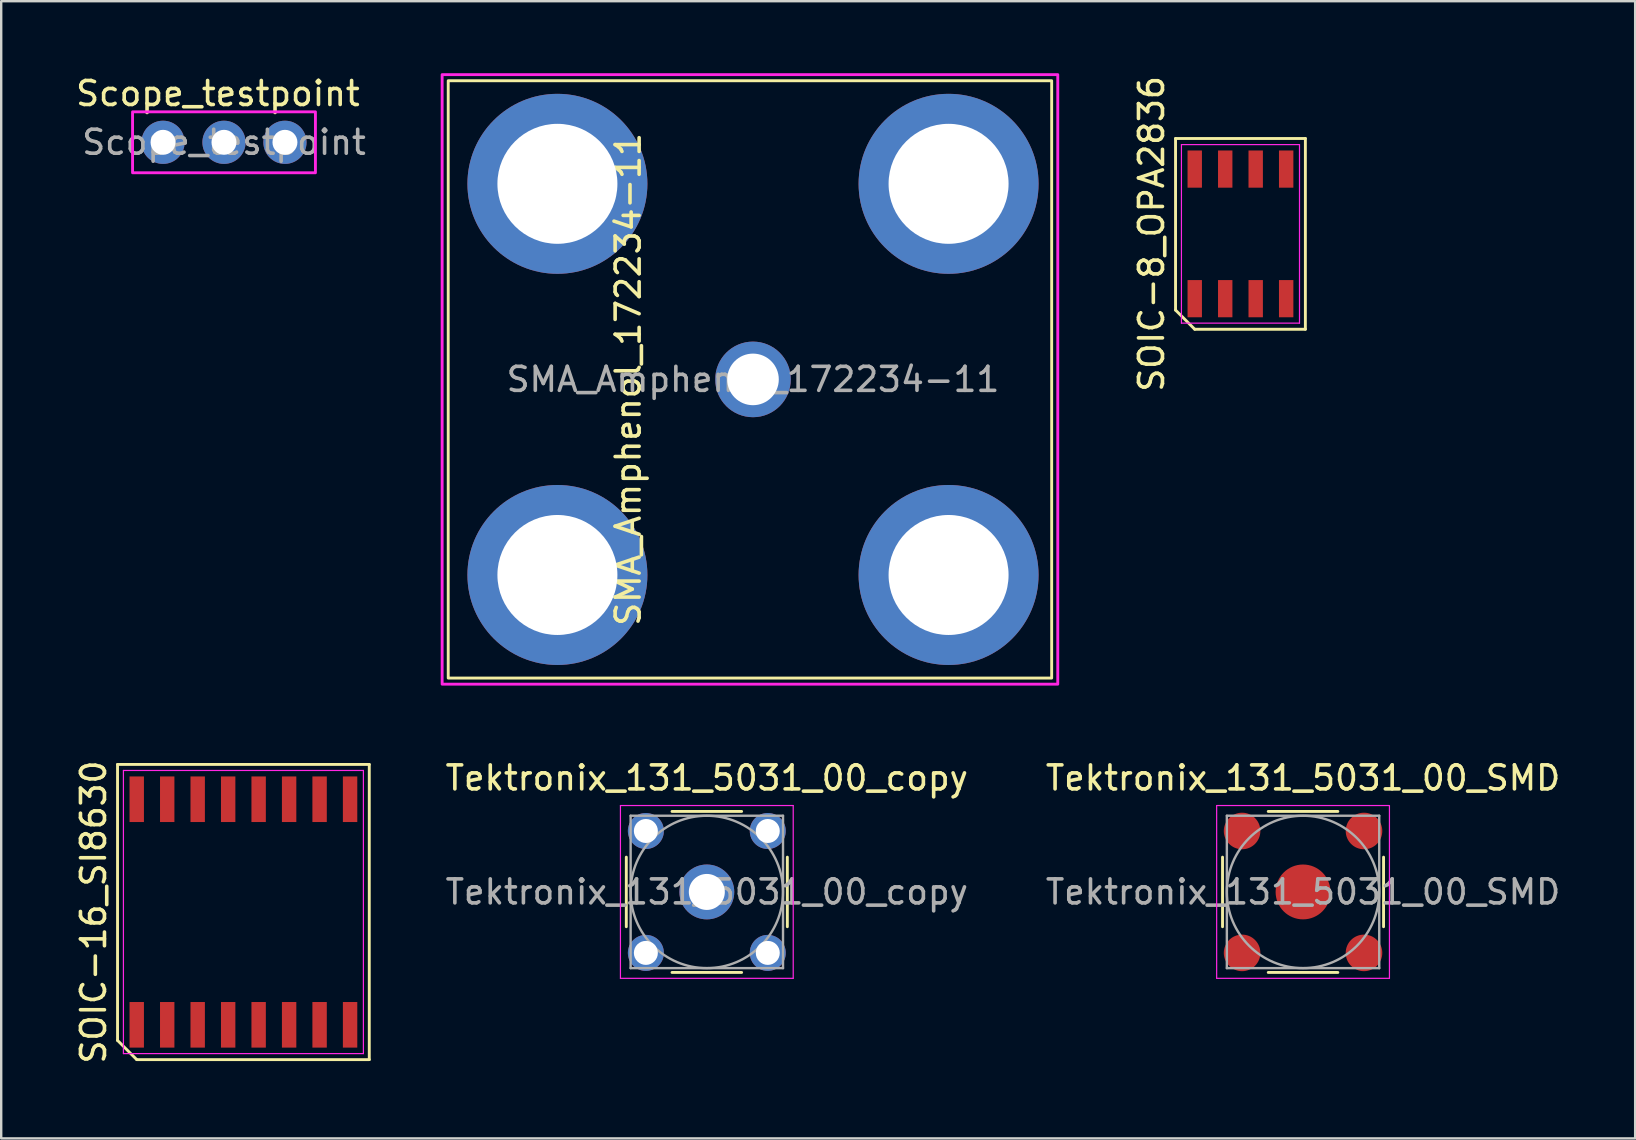
<source format=kicad_pcb>
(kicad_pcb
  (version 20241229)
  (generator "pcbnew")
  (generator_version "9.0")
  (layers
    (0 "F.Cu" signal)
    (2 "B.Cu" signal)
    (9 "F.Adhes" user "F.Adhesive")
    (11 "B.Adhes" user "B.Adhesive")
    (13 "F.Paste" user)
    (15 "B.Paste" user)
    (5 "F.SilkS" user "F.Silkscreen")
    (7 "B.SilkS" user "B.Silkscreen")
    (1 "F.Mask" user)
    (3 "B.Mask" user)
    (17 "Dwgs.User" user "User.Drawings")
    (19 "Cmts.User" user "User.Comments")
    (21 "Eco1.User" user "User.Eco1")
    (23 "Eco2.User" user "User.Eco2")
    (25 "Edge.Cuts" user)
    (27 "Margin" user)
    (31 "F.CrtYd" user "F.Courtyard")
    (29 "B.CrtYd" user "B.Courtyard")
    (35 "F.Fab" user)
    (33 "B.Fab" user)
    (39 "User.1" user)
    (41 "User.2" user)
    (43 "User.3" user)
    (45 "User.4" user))
  (footprint "SOIC-16_SI8630"
    (layer "F.Cu")
    (at 7.093 34.955)
    (property "Reference" "SOIC-16_SI8630" (at -6.245 0 90) (unlocked yes) (layer "F.SilkS") (effects (font (size 1 1) (thickness 0.15))))
    (attr smd)
    (fp_line (start -5.245 -6.15) (end 5.245 -6.15) (stroke (width 0.12) (type default)) (layer "F.SilkS"))
    (fp_line (start -5.245 5.35) (end -5.245 -6.15) (stroke (width 0.12) (type default)) (layer "F.SilkS"))
    (fp_line (start -4.445 6.15) (end -5.245 5.35) (stroke (width 0.12) (type default)) (layer "F.SilkS"))
    (fp_line (start 5.245 -6.15) (end 5.245 6.15) (stroke (width 0.12) (type default)) (layer "F.SilkS"))
    (fp_line (start 5.245 6.15) (end -4.445 6.15) (stroke (width 0.12) (type default)) (layer "F.SilkS"))
    (fp_line (start -5 -5.9) (end 5 -5.9) (stroke (width 0.05) (type default)) (layer "F.CrtYd"))
    (fp_line (start -5 5.9) (end -5 -5.9) (stroke (width 0.05) (type default)) (layer "F.CrtYd"))
    (fp_line (start 5 -5.9) (end 5 5.9) (stroke (width 0.05) (type default)) (layer "F.CrtYd"))
    (fp_line (start 5 5.9) (end -5 5.9) (stroke (width 0.05) (type default)) (layer "F.CrtYd"))
    (pad "1" smd rect (at -4.445 4.7) (size 0.6 1.9) (layers "F.Cu" "F.Mask" "F.Paste"))
    (pad "2" smd rect (at -3.175 4.7) (size 0.6 1.9) (layers "F.Cu" "F.Mask" "F.Paste"))
    (pad "3" smd rect (at -1.905 4.7) (size 0.6 1.9) (layers "F.Cu" "F.Mask" "F.Paste"))
    (pad "4" smd rect (at -0.635 4.7) (size 0.6 1.9) (layers "F.Cu" "F.Mask" "F.Paste"))
    (pad "5" smd rect (at 0.635 4.7) (size 0.6 1.9) (layers "F.Cu" "F.Mask" "F.Paste"))
    (pad "6" smd rect (at 1.905 4.7) (size 0.6 1.9) (layers "F.Cu" "F.Mask" "F.Paste"))
    (pad "7" smd rect (at 3.175 4.7) (size 0.6 1.9) (layers "F.Cu" "F.Mask" "F.Paste"))
    (pad "8" smd rect (at 4.445 4.7) (size 0.6 1.9) (layers "F.Cu" "F.Mask" "F.Paste"))
    (pad "9" smd rect (at 4.445 -4.7) (size 0.6 1.9) (layers "F.Cu" "F.Mask" "F.Paste"))
    (pad "10" smd rect (at 3.175 -4.7) (size 0.6 1.9) (layers "F.Cu" "F.Mask" "F.Paste"))
    (pad "11" smd rect (at 1.905 -4.7) (size 0.6 1.9) (layers "F.Cu" "F.Mask" "F.Paste"))
    (pad "12" smd rect (at 0.635 -4.7) (size 0.6 1.9) (layers "F.Cu" "F.Mask" "F.Paste"))
    (pad "13" smd rect (at -0.635 -4.7) (size 0.6 1.9) (layers "F.Cu" "F.Mask" "F.Paste"))
    (pad "14" smd rect (at -1.905 -4.7) (size 0.6 1.9) (layers "F.Cu" "F.Mask" "F.Paste"))
    (pad "15" smd rect (at -3.175 -4.7) (size 0.6 1.9) (layers "F.Cu" "F.Mask" "F.Paste"))
    (pad "16" smd rect (at -4.445 -4.7) (size 0.6 1.9) (layers "F.Cu" "F.Mask" "F.Paste")))
  (footprint "Scope_testpoint"
    (layer "F.Cu")
    (at 6.284 2.88)
    (property "Reference" "Scope_testpoint" (at -0.254 -2.032 0) (layer "F.SilkS") (effects (font (size 1 1) (thickness 0.15))))
    (attr through_hole)
    (fp_rect (start -3.81 -1.27) (end 3.81 1.27) (stroke (width 0.12) (type solid)) (fill no) (layer "F.CrtYd"))
    (fp_text user "${REFERENCE}" (at 0 0 0) (layer "F.Fab") (effects (font (size 1 1) (thickness 0.15))))
    (pad "1" thru_hole circle (at 0 0) (size 1.8 1.8) (drill 1.04) (layers "*.Cu" "*.Mask"))
    (pad "2" thru_hole circle (at -2.54 0) (size 1.8 1.8) (drill 1.04) (layers "*.Cu" "*.Mask"))
    (pad "2" thru_hole circle (at 2.54 0) (size 1.8 1.8) (drill 1.04) (layers "*.Cu" "*.Mask")))
  (footprint "SMA_Amphenol_172234-11"
    (layer "F.Cu")
    (at 28.328 12.76)
    (property "Reference" "SMA_Amphenol_172234-11" (at -5.2 0 90) (layer "F.SilkS") (effects (font (size 1 1) (thickness 0.15))))
    (attr through_hole)
    (fp_rect (start -12.7 -12.446) (end 12.446 12.446) (stroke (width 0.12) (type solid)) (fill no) (layer "F.SilkS"))
    (fp_rect (start -12.954 -12.7) (end 12.7 12.7) (stroke (width 0.12) (type solid)) (fill no) (layer "F.CrtYd"))
    (fp_text user "${REFERENCE}" (at 0 0 0) (layer "F.Fab") (effects (font (size 1 1) (thickness 0.15))))
    (pad "1" thru_hole circle (at 0 0) (size 3.15 3.15) (drill 2.15) (layers "*.Cu" "*.Mask"))
    (pad "2" thru_hole circle (at -8.15 -8.15) (size 7.5 7.5) (drill 5) (layers "*.Cu" "*.Mask"))
    (pad "2" thru_hole circle (at -8.15 8.15) (size 7.5 7.5) (drill 5) (layers "*.Cu" "*.Mask"))
    (pad "2" thru_hole circle (at 8.15 -8.15) (size 7.5 7.5) (drill 5) (layers "*.Cu" "*.Mask"))
    (pad "2" thru_hole circle (at 8.15 8.15) (size 7.5 7.5) (drill 5) (layers "*.Cu" "*.Mask")))
  (footprint "Tektronix_131_5031_00_SMD"
    (layer "F.Cu")
    (at 51.249 34.118)
    (property "Reference" "Tektronix_131_5031_00_SMD" (at 0 -4.75 0) (layer "F.SilkS") (effects (font (size 1 1) (thickness 0.15))))
    (attr through_hole)
    (fp_line (start -3.355 -1.45) (end -3.355 1.45) (stroke (width 0.12) (type solid)) (layer "F.SilkS"))
    (fp_line (start -1.45 -3.355) (end 1.45 -3.355) (stroke (width 0.12) (type solid)) (layer "F.SilkS"))
    (fp_line (start -1.45 3.355) (end 1.45 3.355) (stroke (width 0.12) (type solid)) (layer "F.SilkS"))
    (fp_line (start 3.355 -1.45) (end 3.355 1.45) (stroke (width 0.12) (type solid)) (layer "F.SilkS"))
    (fp_line (start -3.6 -3.6) (end -3.6 3.6) (stroke (width 0.05) (type solid)) (layer "F.CrtYd"))
    (fp_line (start -3.6 -3.6) (end 3.6 -3.6) (stroke (width 0.05) (type solid)) (layer "F.CrtYd"))
    (fp_line (start 3.6 3.6) (end -3.6 3.6) (stroke (width 0.05) (type solid)) (layer "F.CrtYd"))
    (fp_line (start 3.6 3.6) (end 3.6 -3.6) (stroke (width 0.05) (type solid)) (layer "F.CrtYd"))
    (fp_line (start -3.175 -3.175) (end -3.175 3.175) (stroke (width 0.1) (type solid)) (layer "F.Fab"))
    (fp_line (start -3.175 -3.175) (end 3.175 -3.175) (stroke (width 0.1) (type solid)) (layer "F.Fab"))
    (fp_line (start -3.175 3.175) (end 3.175 3.175) (stroke (width 0.1) (type solid)) (layer "F.Fab"))
    (fp_line (start 3.175 -3.175) (end 3.175 3.175) (stroke (width 0.1) (type solid)) (layer "F.Fab"))
    (fp_circle (center 0 0) (end 3.175 0) (stroke (width 0.1) (type solid)) (fill no) (layer "F.Fab"))
    (fp_text user "${REFERENCE}" (at 0 0 0) (layer "F.Fab") (effects (font (size 1 1) (thickness 0.15))))
    (pad "1" smd circle (at 0 0) (size 2.286 2.286) (layers "F.Cu" "F.Mask" "F.Paste"))
    (pad "2" smd circle (at -2.54 -2.54) (size 1.524 1.524) (layers "F.Cu" "F.Mask" "F.Paste"))
    (pad "2" smd circle (at -2.54 2.54) (size 1.524 1.524) (layers "F.Cu" "F.Mask" "F.Paste"))
    (pad "2" smd circle (at 2.54 -2.54) (size 1.524 1.524) (layers "F.Cu" "F.Mask" "F.Paste"))
    (pad "2" smd circle (at 2.54 2.54) (size 1.524 1.524) (layers "F.Cu" "F.Mask" "F.Paste")))
  (footprint "Tektronix_131_5031_00_copy"
    (layer "F.Cu")
    (at 26.404 34.118)
    (property "Reference" "Tektronix_131_5031_00_copy" (at 0 -4.75 0) (layer "F.SilkS") (effects (font (size 1 1) (thickness 0.15))))
    (attr through_hole)
    (fp_line (start -3.355 -1.45) (end -3.355 1.45) (stroke (width 0.12) (type solid)) (layer "F.SilkS"))
    (fp_line (start -1.45 -3.355) (end 1.45 -3.355) (stroke (width 0.12) (type solid)) (layer "F.SilkS"))
    (fp_line (start -1.45 3.355) (end 1.45 3.355) (stroke (width 0.12) (type solid)) (layer "F.SilkS"))
    (fp_line (start 3.355 -1.45) (end 3.355 1.45) (stroke (width 0.12) (type solid)) (layer "F.SilkS"))
    (fp_line (start -3.6 -3.6) (end -3.6 3.6) (stroke (width 0.05) (type solid)) (layer "F.CrtYd"))
    (fp_line (start -3.6 -3.6) (end 3.6 -3.6) (stroke (width 0.05) (type solid)) (layer "F.CrtYd"))
    (fp_line (start 3.6 3.6) (end -3.6 3.6) (stroke (width 0.05) (type solid)) (layer "F.CrtYd"))
    (fp_line (start 3.6 3.6) (end 3.6 -3.6) (stroke (width 0.05) (type solid)) (layer "F.CrtYd"))
    (fp_line (start -3.175 -3.175) (end -3.175 3.175) (stroke (width 0.1) (type solid)) (layer "F.Fab"))
    (fp_line (start -3.175 -3.175) (end 3.175 -3.175) (stroke (width 0.1) (type solid)) (layer "F.Fab"))
    (fp_line (start -3.175 3.175) (end 3.175 3.175) (stroke (width 0.1) (type solid)) (layer "F.Fab"))
    (fp_line (start 3.175 -3.175) (end 3.175 3.175) (stroke (width 0.1) (type solid)) (layer "F.Fab"))
    (fp_circle (center 0 0) (end 3.175 0) (stroke (width 0.1) (type solid)) (fill no) (layer "F.Fab"))
    (fp_text user "${REFERENCE}" (at 0 0 0) (layer "F.Fab") (effects (font (size 1 1) (thickness 0.15))))
    (pad "1" thru_hole circle (at 0 0) (size 2.286 2.286) (drill 1.5) (layers "*.Cu" "*.Mask"))
    (pad "2" thru_hole circle (at -2.54 -2.54) (size 1.5 1.5) (drill 1) (layers "*.Cu" "*.Mask"))
    (pad "2" thru_hole circle (at -2.54 2.54) (size 1.5 1.5) (drill 1) (layers "*.Cu" "*.Mask"))
    (pad "2" thru_hole circle (at 2.54 -2.54) (size 1.5 1.5) (drill 1) (layers "*.Cu" "*.Mask"))
    (pad "2" thru_hole circle (at 2.54 2.54) (size 1.5 1.5) (drill 1) (layers "*.Cu" "*.Mask")))
  (footprint "SOIC-8_OPA2836"
    (layer "F.Cu")
    (at 48.641 6.696)
    (property "Reference" "SOIC-8_OPA2836" (at -3.705 0 90) (unlocked yes) (layer "F.SilkS") (effects (font (size 1 1) (thickness 0.15))))
    (attr smd)
    (fp_line (start -2.705 -3.975) (end 2.705 -3.975) (stroke (width 0.12) (type default)) (layer "F.SilkS"))
    (fp_line (start -2.705 3.175) (end -2.705 -3.975) (stroke (width 0.12) (type default)) (layer "F.SilkS"))
    (fp_line (start -1.905 3.975) (end -2.705 3.175) (stroke (width 0.12) (type default)) (layer "F.SilkS"))
    (fp_line (start 2.705 -3.975) (end 2.705 3.975) (stroke (width 0.12) (type default)) (layer "F.SilkS"))
    (fp_line (start 2.705 3.975) (end -1.905 3.975) (stroke (width 0.12) (type default)) (layer "F.SilkS"))
    (fp_line (start -2.46 -3.72) (end 2.46 -3.72) (stroke (width 0.05) (type default)) (layer "F.CrtYd"))
    (fp_line (start -2.46 3.72) (end -2.46 -3.72) (stroke (width 0.05) (type default)) (layer "F.CrtYd"))
    (fp_line (start 2.46 -3.72) (end 2.46 3.72) (stroke (width 0.05) (type default)) (layer "F.CrtYd"))
    (fp_line (start 2.46 3.72) (end -2.46 3.72) (stroke (width 0.05) (type default)) (layer "F.CrtYd"))
    (pad "1" smd rect (at -1.905 2.7) (size 0.6 1.55) (layers "F.Cu" "F.Mask" "F.Paste"))
    (pad "2" smd rect (at -0.635 2.7) (size 0.6 1.55) (layers "F.Cu" "F.Mask" "F.Paste"))
    (pad "3" smd rect (at 0.635 2.7) (size 0.6 1.55) (layers "F.Cu" "F.Mask" "F.Paste"))
    (pad "4" smd rect (at 1.905 2.7) (size 0.6 1.55) (layers "F.Cu" "F.Mask" "F.Paste"))
    (pad "5" smd rect (at 1.905 -2.7) (size 0.6 1.55) (layers "F.Cu" "F.Mask" "F.Paste"))
    (pad "6" smd rect (at 0.635 -2.7) (size 0.6 1.55) (layers "F.Cu" "F.Mask" "F.Paste"))
    (pad "7" smd rect (at -0.635 -2.7) (size 0.6 1.55) (layers "F.Cu" "F.Mask" "F.Paste"))
    (pad "8" smd rect (at -1.905 -2.7) (size 0.6 1.55) (layers "F.Cu" "F.Mask" "F.Paste")))
  (gr_rect
    (start -3 -3)
    (end 65.089 44.389)
    (stroke (width 0.1) (type default))
    (fill no)
    (layer "Edge.Cuts")))
</source>
